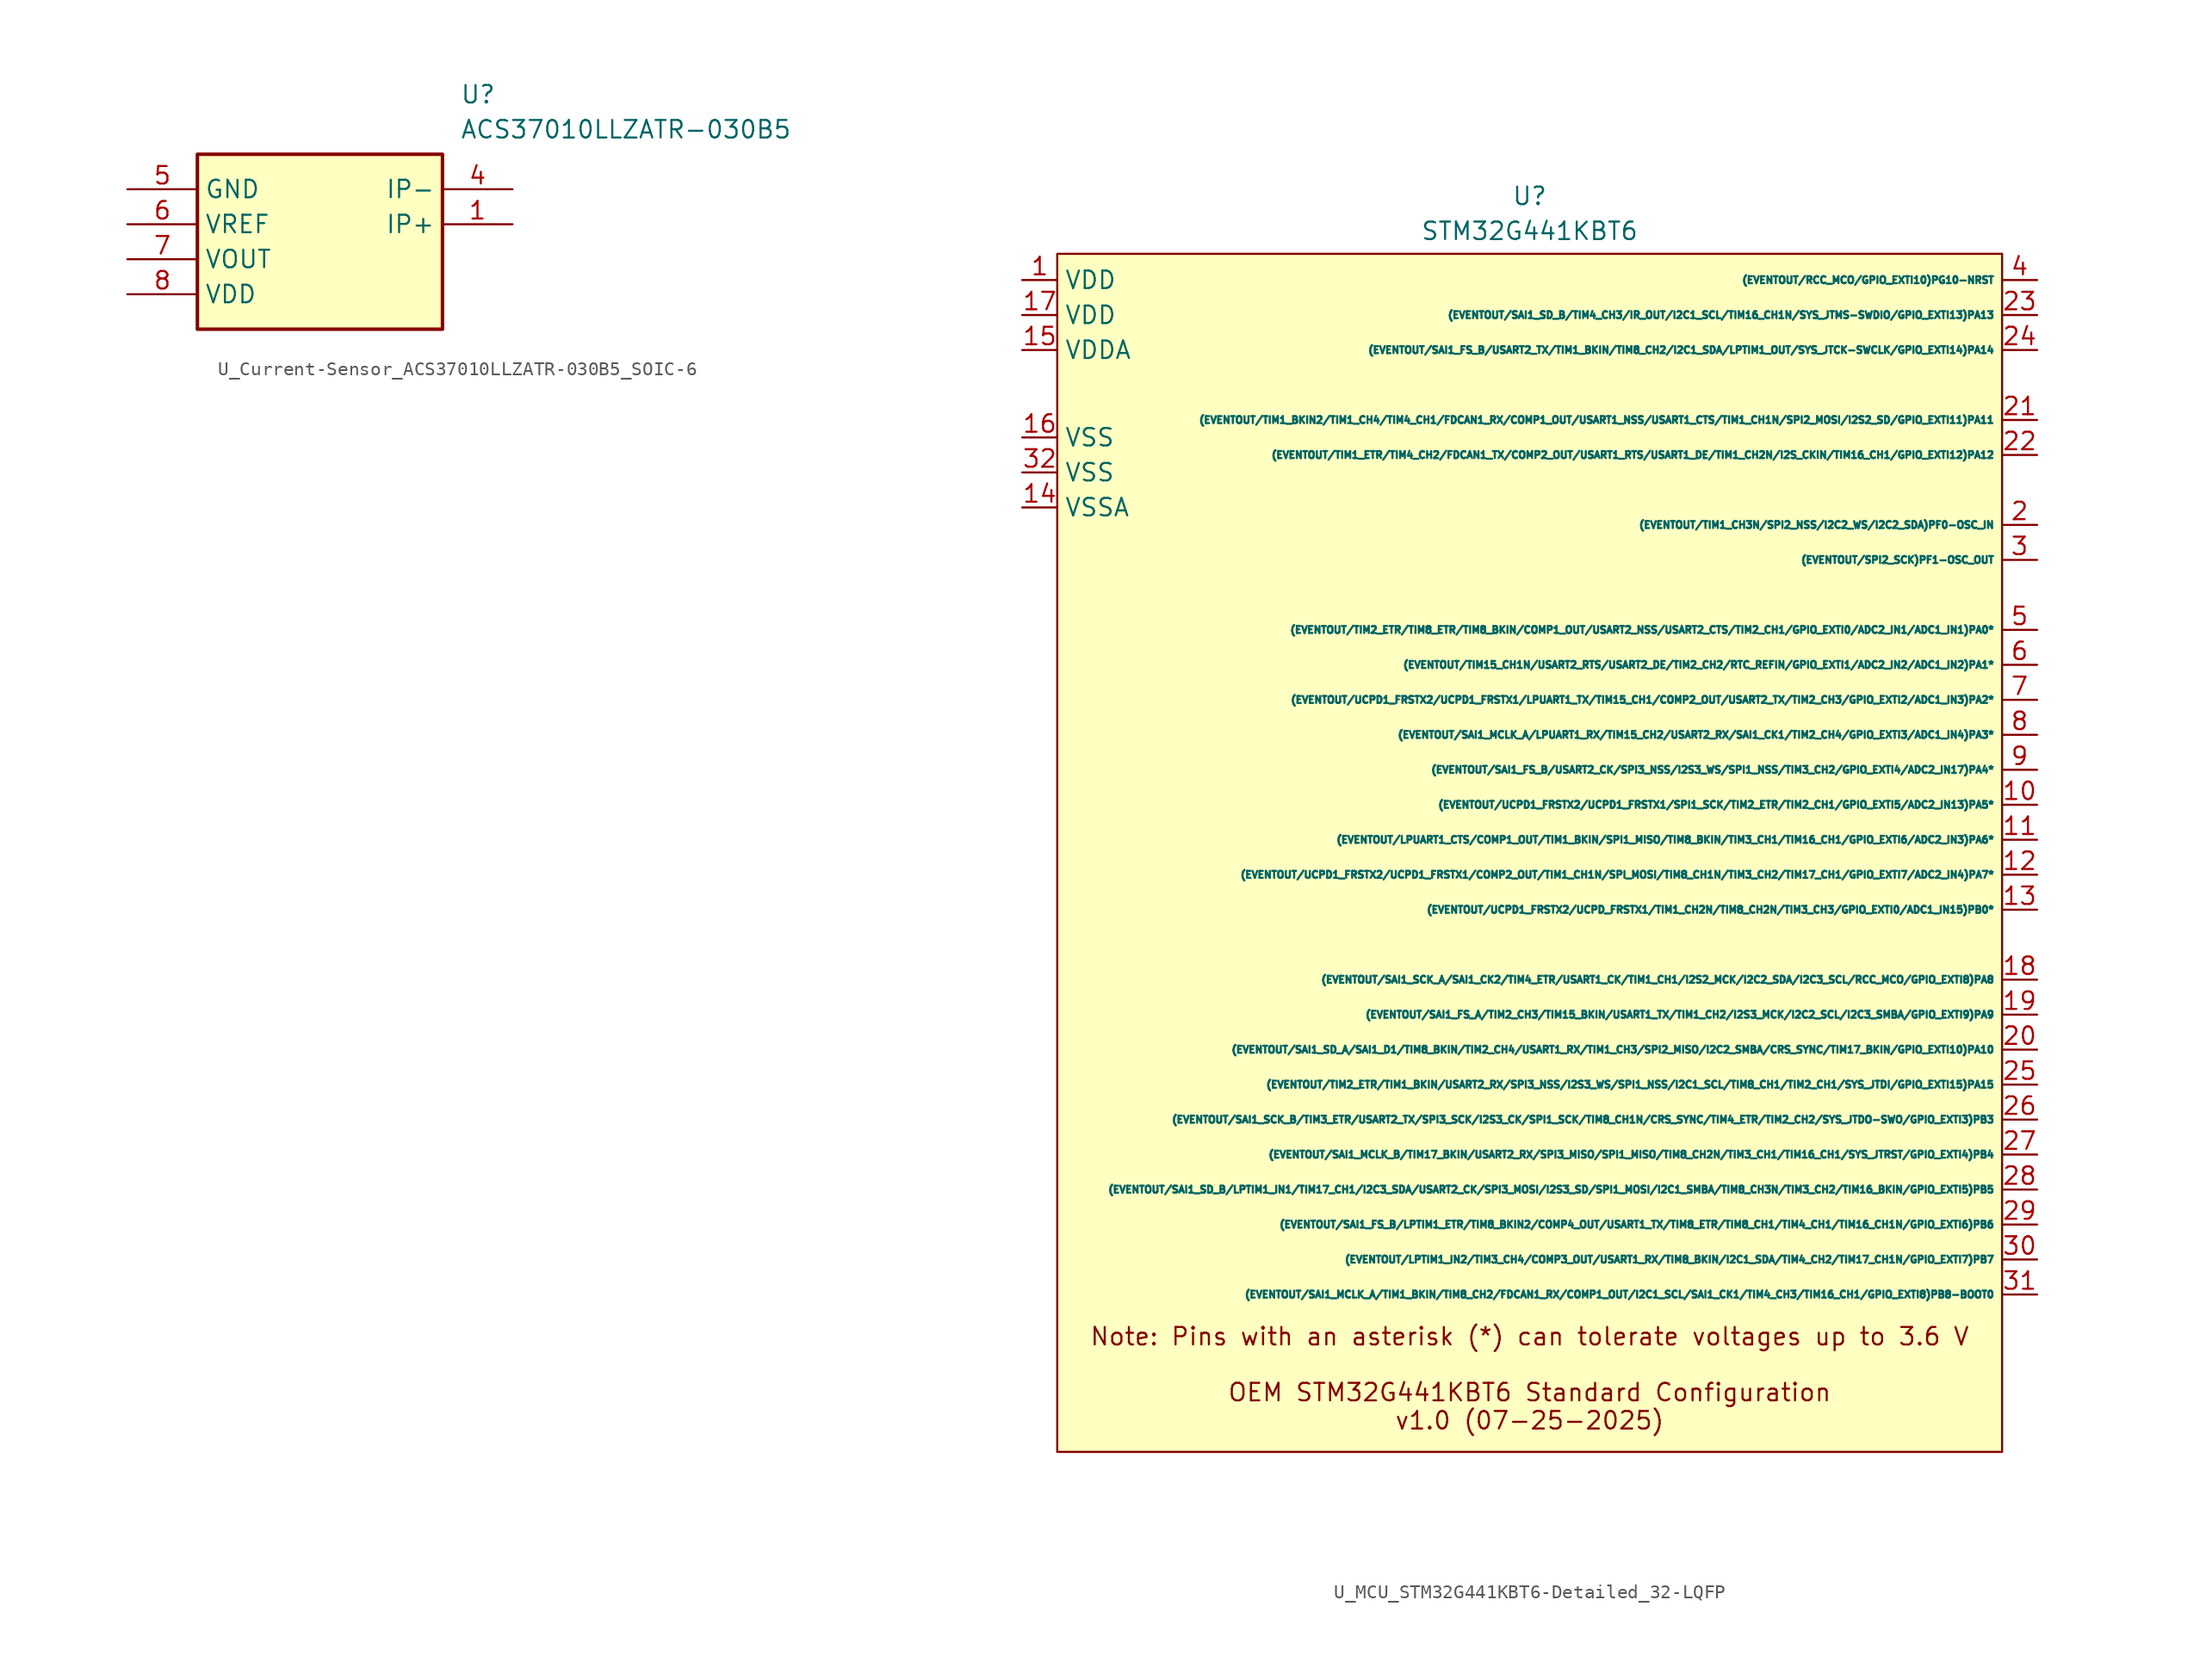
<source format=kicad_sym>
(kicad_symbol_lib
  (version 20241209)
  (generator symbol2library)
  (symbol "U_Current-Sensor_ACS37010LLZATR-030B5_SOIC-6"
    (property "Reference" "U"
      (at 10.16 11.43 0)
      (effects (font (size 1.27 1.27)) (justify left top)))
    (property "Value" "ACS37010LLZATR-030B5"
      (at 10.16 8.89 0)
      (effects (font (size 1.27 1.27)) (justify left top)))
    (symbol "U_Current-Sensor_ACS37010LLZATR-030B5_SOIC-6_1_1"
      (rectangle (start -8.89 6.35) (end 8.89 -6.35) (stroke (width 0.254) (type default)) (fill (type background)))
      (pin passive line (at -13.97 3.81 0) (length 5.08) (name "GND" (effects (font (size 1.27 1.27)))) (number "5" (effects (font (size 1.27 1.27)))))
      (pin passive line (at -13.97 1.27 0) (length 5.08) (name "VREF" (effects (font (size 1.27 1.27)))) (number "6" (effects (font (size 1.27 1.27)))))
      (pin passive line (at -13.97 -1.27 0) (length 5.08) (name "VOUT" (effects (font (size 1.27 1.27)))) (number "7" (effects (font (size 1.27 1.27)))))
      (pin passive line (at -13.97 -3.81 0) (length 5.08) (name "VDD" (effects (font (size 1.27 1.27)))) (number "8" (effects (font (size 1.27 1.27)))))
      (pin passive line (at 13.97 3.81 180) (length 5.08) (name "IP-" (effects (font (size 1.27 1.27)))) (number "4" (effects (font (size 1.27 1.27)))))
      (pin passive line (at 13.97 1.27 180) (length 5.08) (name "IP+" (effects (font (size 1.27 1.27)))) (number "1" (effects (font (size 1.27 1.27)))))))
  (symbol "U_MCU_STM32G441KBT6-Detailed_32-LQFP"
    (property "Reference" "U"
      (at 0 48.006 0)
      (effects (font (size 1.27 1.27))))
    (property "Value" "STM32G441KBT6"
      (at 0 45.466 0)
      (effects (font (size 1.27 1.27))))
    (symbol "U_MCU_STM32G441KBT6-Detailed_32-LQFP_1_1"
      (rectangle (start -34.29 43.815) (end 34.29 -43.18) (stroke (width 0) (type solid)) (fill (type color) (color 255 255 194 1)))
      (text "Note: Pins with an asterisk (*) can tolerate voltages up to 3.6 V\n" (at 0 -34.798 0) (effects (font (size 1.27 1.27))))
      (text "OEM STM32G441KBT6 Standard Configuration\nv1.0 (07-25-2025)" (at 0 -39.878 0) (effects (font (size 1.27 1.27))))
      (pin power_in line (at -36.83 41.91 0) (length 2.54) (name "VDD" (effects (font (size 1.27 1.27)))) (number "1" (effects (font (size 1.27 1.27)))))
      (pin power_in line (at -36.83 39.37 0) (length 2.54) (name "VDD" (effects (font (size 1.27 1.27)))) (number "17" (effects (font (size 1.27 1.27)))))
      (pin power_in line (at -36.83 36.83 0) (length 2.54) (name "VDDA" (effects (font (size 1.27 1.27)))) (number "15" (effects (font (size 1.27 1.27)))))
      (pin power_in line (at -36.83 30.48 0) (length 2.54) (name "VSS" (effects (font (size 1.27 1.27)))) (number "16" (effects (font (size 1.27 1.27)))))
      (pin power_in line (at -36.83 27.94 0) (length 2.54) (name "VSS" (effects (font (size 1.27 1.27)))) (number "32" (effects (font (size 1.27 1.27)))))
      (pin power_in line (at -36.83 25.4 0) (length 2.54) (name "VSSA" (effects (font (size 1.27 1.27)))) (number "14" (effects (font (size 1.27 1.27)))))
      (pin bidirectional line (at 36.83 41.91 180) (length 2.54) (name "(EVENTOUT/RCC_MCO/GPIO_EXTI10)PG10-NRST" (effects (font (size 0.508 0.508)))) (number "4" (effects (font (size 1.27 1.27)))))
      (pin bidirectional line (at 36.83 39.37 180) (length 2.54) (name "(EVENTOUT/SAI1_SD_B/TIM4_CH3/IR_OUT/I2C1_SCL/TIM16_CH1N/SYS_JTMS-SWDIO/GPIO_EXTI13)PA13" (effects (font (size 0.508 0.508)))) (number "23" (effects (font (size 1.27 1.27)))))
      (pin bidirectional line (at 36.83 36.83 180) (length 2.54) (name "(EVENTOUT/SAI1_FS_B/USART2_TX/TIM1_BKIN/TIM8_CH2/I2C1_SDA/LPTIM1_OUT/SYS_JTCK-SWCLK/GPIO_EXTI14)PA14" (effects (font (size 0.508 0.508)))) (number "24" (effects (font (size 1.27 1.27)))))
      (pin bidirectional line (at 36.83 31.75 180) (length 2.54) (name "(EVENTOUT/TIM1_BKIN2/TIM1_CH4/TIM4_CH1/FDCAN1_RX/COMP1_OUT/USART1_NSS/USART1_CTS/TIM1_CH1N/SPI2_MOSI/I2S2_SD/GPIO_EXTI11)PA11" (effects (font (size 0.508 0.508)))) (number "21" (effects (font (size 1.27 1.27)))))
      (pin bidirectional line (at 36.83 29.21 180) (length 2.54) (name "(EVENTOUT/TIM1_ETR/TIM4_CH2/FDCAN1_TX/COMP2_OUT/USART1_RTS/USART1_DE/TIM1_CH2N/I2S_CKIN/TIM16_CH1/GPIO_EXTI12)PA12" (effects (font (size 0.508 0.508)))) (number "22" (effects (font (size 1.27 1.27)))))
      (pin bidirectional line (at 36.83 24.13 180) (length 2.54) (name "(EVENTOUT/TIM1_CH3N/SPI2_NSS/I2C2_WS/I2C2_SDA)PF0-OSC_IN" (effects (font (size 0.508 0.508)))) (number "2" (effects (font (size 1.27 1.27)))))
      (pin bidirectional line (at 36.83 21.59 180) (length 2.54) (name "(EVENTOUT/SPI2_SCK)PF1-OSC_OUT" (effects (font (size 0.508 0.508)))) (number "3" (effects (font (size 1.27 1.27)))))
      (pin bidirectional line (at 36.83 16.51 180) (length 2.54) (name "(EVENTOUT/TIM2_ETR/TIM8_ETR/TIM8_BKIN/COMP1_OUT/USART2_NSS/USART2_CTS/TIM2_CH1/GPIO_EXTI0/ADC2_IN1/ADC1_IN1)PA0*" (effects (font (size 0.508 0.508)))) (number "5" (effects (font (size 1.27 1.27)))))
      (pin bidirectional line (at 36.83 13.97 180) (length 2.54) (name "(EVENTOUT/TIM15_CH1N/USART2_RTS/USART2_DE/TIM2_CH2/RTC_REFIN/GPIO_EXTI1/ADC2_IN2/ADC1_IN2)PA1*" (effects (font (size 0.508 0.508)))) (number "6" (effects (font (size 1.27 1.27)))))
      (pin bidirectional line (at 36.83 11.43 180) (length 2.54) (name "(EVENTOUT/UCPD1_FRSTX2/UCPD1_FRSTX1/LPUART1_TX/TIM15_CH1/COMP2_OUT/USART2_TX/TIM2_CH3/GPIO_EXTI2/ADC1_IN3)PA2*" (effects (font (size 0.508 0.508)))) (number "7" (effects (font (size 1.27 1.27)))))
      (pin bidirectional line (at 36.83 8.89 180) (length 2.54) (name "(EVENTOUT/SAI1_MCLK_A/LPUART1_RX/TIM15_CH2/USART2_RX/SAI1_CK1/TIM2_CH4/GPIO_EXTI3/ADC1_IN4)PA3*" (effects (font (size 0.508 0.508)))) (number "8" (effects (font (size 1.27 1.27)))))
      (pin bidirectional line (at 36.83 6.35 180) (length 2.54) (name "(EVENTOUT/SAI1_FS_B/USART2_CK/SPI3_NSS/I2S3_WS/SPI1_NSS/TIM3_CH2/GPIO_EXTI4/ADC2_IN17)PA4*" (effects (font (size 0.508 0.508)))) (number "9" (effects (font (size 1.27 1.27)))))
      (pin bidirectional line (at 36.83 3.81 180) (length 2.54) (name "(EVENTOUT/UCPD1_FRSTX2/UCPD1_FRSTX1/SPI1_SCK/TIM2_ETR/TIM2_CH1/GPIO_EXTI5/ADC2_IN13)PA5*" (effects (font (size 0.508 0.508)))) (number "10" (effects (font (size 1.27 1.27)))))
      (pin bidirectional line (at 36.83 1.27 180) (length 2.54) (name "(EVENTOUT/LPUART1_CTS/COMP1_OUT/TIM1_BKIN/SPI1_MISO/TIM8_BKIN/TIM3_CH1/TIM16_CH1/GPIO_EXTI6/ADC2_IN3)PA6*" (effects (font (size 0.508 0.508)))) (number "11" (effects (font (size 1.27 1.27)))))
      (pin bidirectional line (at 36.83 -1.27 180) (length 2.54) (name "(EVENTOUT/UCPD1_FRSTX2/UCPD1_FRSTX1/COMP2_OUT/TIM1_CH1N/SPI_MOSI/TIM8_CH1N/TIM3_CH2/TIM17_CH1/GPIO_EXTI7/ADC2_IN4)PA7*" (effects (font (size 0.508 0.508)))) (number "12" (effects (font (size 1.27 1.27)))))
      (pin bidirectional line (at 36.83 -3.81 180) (length 2.54) (name "(EVENTOUT/UCPD1_FRSTX2/UCPD_FRSTX1/TIM1_CH2N/TIM8_CH2N/TIM3_CH3/GPIO_EXTI0/ADC1_IN15)PB0*" (effects (font (size 0.508 0.508)))) (number "13" (effects (font (size 1.27 1.27)))))
      (pin bidirectional line (at 36.83 -8.89 180) (length 2.54) (name "(EVENTOUT/SAI1_SCK_A/SAI1_CK2/TIM4_ETR/USART1_CK/TIM1_CH1/I2S2_MCK/I2C2_SDA/I2C3_SCL/RCC_MCO/GPIO_EXTI8)PA8" (effects (font (size 0.508 0.508)))) (number "18" (effects (font (size 1.27 1.27)))))
      (pin bidirectional line (at 36.83 -11.43 180) (length 2.54) (name "(EVENTOUT/SAI1_FS_A/TIM2_CH3/TIM15_BKIN/USART1_TX/TIM1_CH2/I2S3_MCK/I2C2_SCL/I2C3_SMBA/GPIO_EXTI9)PA9" (effects (font (size 0.508 0.508)))) (number "19" (effects (font (size 1.27 1.27)))))
      (pin bidirectional line (at 36.83 -13.97 180) (length 2.54) (name "(EVENTOUT/SAI1_SD_A/SAI1_D1/TIM8_BKIN/TIM2_CH4/USART1_RX/TIM1_CH3/SPI2_MISO/I2C2_SMBA/CRS_SYNC/TIM17_BKIN/GPIO_EXTI10)PA10" (effects (font (size 0.508 0.508)))) (number "20" (effects (font (size 1.27 1.27)))))
      (pin bidirectional line (at 36.83 -16.51 180) (length 2.54) (name "(EVENTOUT/TIM2_ETR/TIM1_BKIN/USART2_RX/SPI3_NSS/I2S3_WS/SPI1_NSS/I2C1_SCL/TIM8_CH1/TIM2_CH1/SYS_JTDI/GPIO_EXTI15)PA15" (effects (font (size 0.508 0.508)))) (number "25" (effects (font (size 1.27 1.27)))))
      (pin bidirectional line (at 36.83 -19.05 180) (length 2.54) (name "(EVENTOUT/SAI1_SCK_B/TIM3_ETR/USART2_TX/SPI3_SCK/I2S3_CK/SPI1_SCK/TIM8_CH1N/CRS_SYNC/TIM4_ETR/TIM2_CH2/SYS_JTDO-SWO/GPIO_EXTI3)PB3" (effects (font (size 0.508 0.508)))) (number "26" (effects (font (size 1.27 1.27)))))
      (pin bidirectional line (at 36.83 -21.59 180) (length 2.54) (name "(EVENTOUT/SAI1_MCLK_B/TIM17_BKIN/USART2_RX/SPI3_MISO/SPI1_MISO/TIM8_CH2N/TIM3_CH1/TIM16_CH1/SYS_JTRST/GPIO_EXTI4)PB4" (effects (font (size 0.508 0.508)))) (number "27" (effects (font (size 1.27 1.27)))))
      (pin bidirectional line (at 36.83 -24.13 180) (length 2.54) (name "(EVENTOUT/SAI1_SD_B/LPTIM1_IN1/TIM17_CH1/I2C3_SDA/USART2_CK/SPI3_MOSI/I2S3_SD/SPI1_MOSI/I2C1_SMBA/TIM8_CH3N/TIM3_CH2/TIM16_BKIN/GPIO_EXTI5)PB5" (effects (font (size 0.508 0.508)))) (number "28" (effects (font (size 1.27 1.27)))))
      (pin bidirectional line (at 36.83 -26.67 180) (length 2.54) (name "(EVENTOUT/SAI1_FS_B/LPTIM1_ETR/TIM8_BKIN2/COMP4_OUT/USART1_TX/TIM8_ETR/TIM8_CH1/TIM4_CH1/TIM16_CH1N/GPIO_EXTI6)PB6" (effects (font (size 0.508 0.508)))) (number "29" (effects (font (size 1.27 1.27)))))
      (pin bidirectional line (at 36.83 -29.21 180) (length 2.54) (name "(EVENTOUT/LPTIM1_IN2/TIM3_CH4/COMP3_OUT/USART1_RX/TIM8_BKIN/I2C1_SDA/TIM4_CH2/TIM17_CH1N/GPIO_EXTI7)PB7" (effects (font (size 0.508 0.508)))) (number "30" (effects (font (size 1.27 1.27)))))
      (pin bidirectional line (at 36.83 -31.75 180) (length 2.54) (name "(EVENTOUT/SAI1_MCLK_A/TIM1_BKIN/TIM8_CH2/FDCAN1_RX/COMP1_OUT/I2C1_SCL/SAI1_CK1/TIM4_CH3/TIM16_CH1/GPIO_EXTI8)PB8-BOOT0" (effects (font (size 0.508 0.508)))) (number "31" (effects (font (size 1.27 1.27))))))))
</source>
